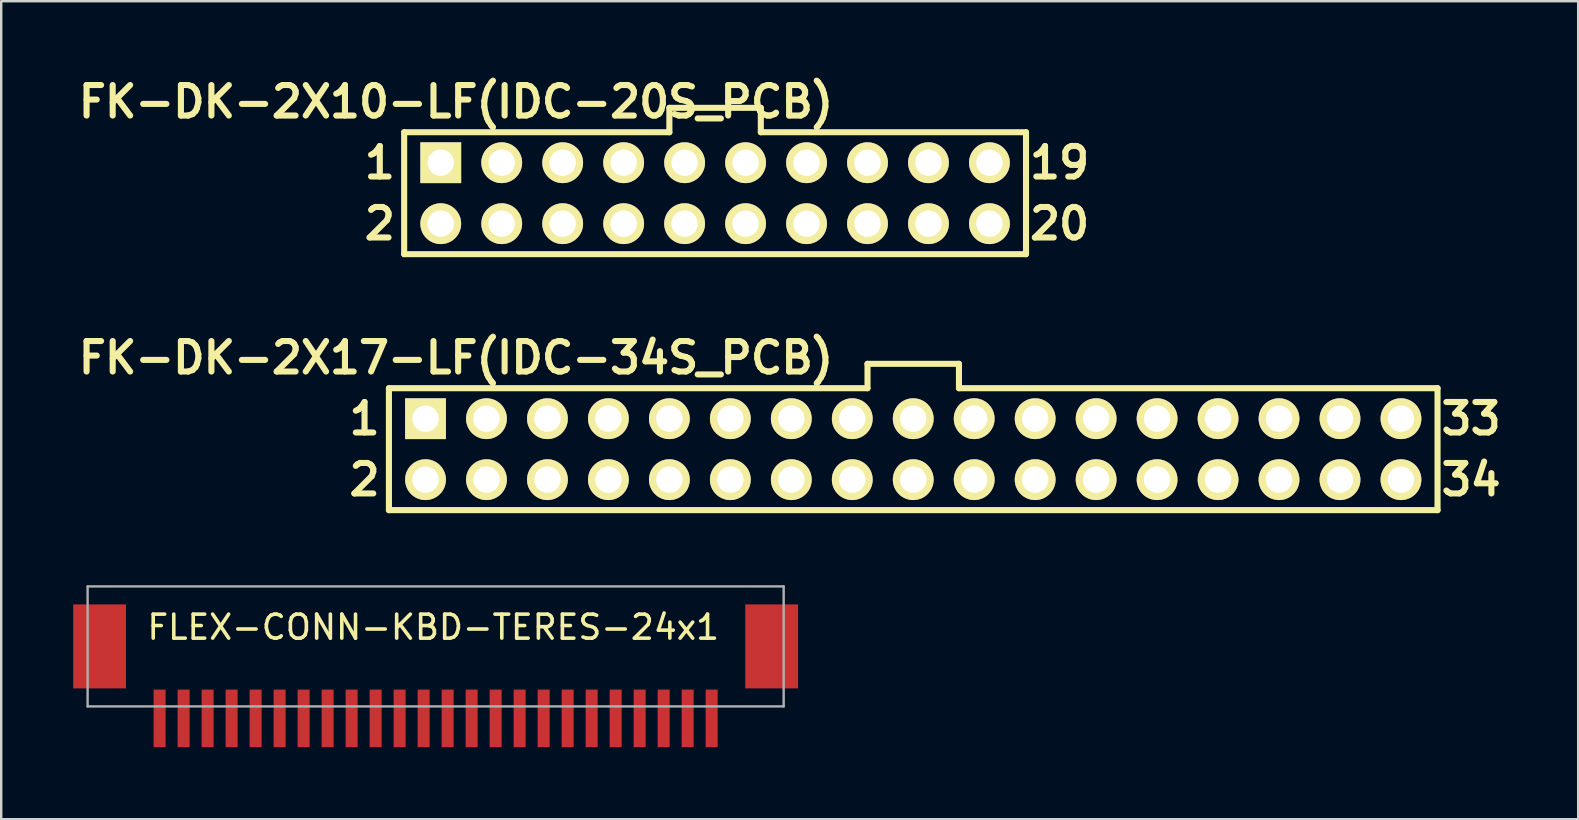
<source format=kicad_pcb>
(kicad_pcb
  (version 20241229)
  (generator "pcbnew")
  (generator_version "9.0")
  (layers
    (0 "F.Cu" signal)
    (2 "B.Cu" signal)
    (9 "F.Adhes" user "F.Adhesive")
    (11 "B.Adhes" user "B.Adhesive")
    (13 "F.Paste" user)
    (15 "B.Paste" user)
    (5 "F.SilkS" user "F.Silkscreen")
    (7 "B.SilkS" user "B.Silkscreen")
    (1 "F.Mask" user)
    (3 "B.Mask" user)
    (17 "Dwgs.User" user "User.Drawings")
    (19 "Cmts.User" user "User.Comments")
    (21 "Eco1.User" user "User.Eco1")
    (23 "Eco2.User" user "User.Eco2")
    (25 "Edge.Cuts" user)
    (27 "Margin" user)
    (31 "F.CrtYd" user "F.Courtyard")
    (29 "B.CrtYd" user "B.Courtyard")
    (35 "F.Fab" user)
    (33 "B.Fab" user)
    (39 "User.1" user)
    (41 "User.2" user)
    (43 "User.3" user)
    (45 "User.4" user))
  (footprint "FLEX-CONN-KBD-TERES-24x1"
    (layer "F.Cu")
    (at 15.1 23.631)
    (property "Reference" "FLEX-CONN-KBD-TERES-24x1" (at -0.1 -0.55 0) (layer "F.SilkS") (effects (font (size 1 1) (thickness 0.15))))
    (attr through_hole)
    (fp_line (start -14.5 -2.25) (end 14.5 -2.25) (stroke (width 0.1) (type solid)) (layer "F.Fab"))
    (fp_line (start -14.5 2.75) (end -14.5 -2.25) (stroke (width 0.1) (type solid)) (layer "F.Fab"))
    (fp_line (start 14.5 -2.25) (end 14.5 2.75) (stroke (width 0.1) (type solid)) (layer "F.Fab"))
    (fp_line (start 14.5 2.75) (end -14.5 2.75) (stroke (width 0.1) (type solid)) (layer "F.Fab"))
    (pad "0" smd rect (at -14 0.25) (size 2.2 3.5) (layers "F.Cu" "F.Mask" "F.Paste"))
    (pad "0" smd rect (at 14 0.25) (size 2.2 3.5) (layers "F.Cu" "F.Mask" "F.Paste"))
    (pad "1" smd rect (at -11.5 3.25) (size 0.5 2.4) (layers "F.Cu" "F.Mask" "F.Paste"))
    (pad "2" smd rect (at -10.5 3.25) (size 0.5 2.4) (layers "F.Cu" "F.Mask" "F.Paste"))
    (pad "3" smd rect (at -9.5 3.25) (size 0.5 2.4) (layers "F.Cu" "F.Mask" "F.Paste"))
    (pad "4" smd rect (at -8.5 3.25) (size 0.5 2.4) (layers "F.Cu" "F.Mask" "F.Paste"))
    (pad "5" smd rect (at -7.5 3.25) (size 0.5 2.4) (layers "F.Cu" "F.Mask" "F.Paste"))
    (pad "6" smd rect (at -6.5 3.25) (size 0.5 2.4) (layers "F.Cu" "F.Mask" "F.Paste"))
    (pad "7" smd rect (at -5.5 3.25) (size 0.5 2.4) (layers "F.Cu" "F.Mask" "F.Paste"))
    (pad "8" smd rect (at -4.5 3.25) (size 0.5 2.4) (layers "F.Cu" "F.Mask" "F.Paste"))
    (pad "9" smd rect (at -3.5 3.25) (size 0.5 2.4) (layers "F.Cu" "F.Mask" "F.Paste"))
    (pad "10" smd rect (at -2.5 3.25) (size 0.5 2.4) (layers "F.Cu" "F.Mask" "F.Paste"))
    (pad "11" smd rect (at -1.5 3.25) (size 0.5 2.4) (layers "F.Cu" "F.Mask" "F.Paste"))
    (pad "12" smd rect (at -0.5 3.25) (size 0.5 2.4) (layers "F.Cu" "F.Mask" "F.Paste"))
    (pad "13" smd rect (at 0.5 3.25) (size 0.5 2.4) (layers "F.Cu" "F.Mask" "F.Paste"))
    (pad "14" smd rect (at 1.5 3.25) (size 0.5 2.4) (layers "F.Cu" "F.Mask" "F.Paste"))
    (pad "15" smd rect (at 2.5 3.25) (size 0.5 2.4) (layers "F.Cu" "F.Mask" "F.Paste"))
    (pad "16" smd rect (at 3.5 3.25) (size 0.5 2.4) (layers "F.Cu" "F.Mask" "F.Paste"))
    (pad "17" smd rect (at 4.5 3.25) (size 0.5 2.4) (layers "F.Cu" "F.Mask" "F.Paste"))
    (pad "18" smd rect (at 5.5 3.25) (size 0.5 2.4) (layers "F.Cu" "F.Mask" "F.Paste"))
    (pad "19" smd rect (at 6.5 3.25) (size 0.5 2.4) (layers "F.Cu" "F.Mask" "F.Paste"))
    (pad "20" smd rect (at 7.5 3.25) (size 0.5 2.4) (layers "F.Cu" "F.Mask" "F.Paste"))
    (pad "21" smd rect (at 8.5 3.25) (size 0.5 2.4) (layers "F.Cu" "F.Mask" "F.Paste"))
    (pad "22" smd rect (at 9.5 3.25) (size 0.5 2.4) (layers "F.Cu" "F.Mask" "F.Paste"))
    (pad "23" smd rect (at 10.5 3.25) (size 0.5 2.4) (layers "F.Cu" "F.Mask" "F.Paste"))
    (pad "24" smd rect (at 11.5 3.25) (size 0.5 2.4) (layers "F.Cu" "F.Mask" "F.Paste")))
  (footprint "FK-DK-2X10-LF(IDC-20S_PCB)"
    (layer "F.Cu")
    (at 26.743 4.999)
    (property "Reference" "FK-DK-2X10-LF(IDC-20S_PCB)" (at -10.795 -3.81 0) (layer "F.SilkS") (effects (font (size 1.27 1.27) (thickness 0.254))))
    (attr smd)
    (fp_line (start -12.954 -2.54) (end -12.954 2.54) (stroke (width 0.254) (type solid)) (layer "F.SilkS"))
    (fp_line (start -12.954 -2.54) (end -1.905 -2.54) (stroke (width 0.254) (type solid)) (layer "F.SilkS"))
    (fp_line (start -12.954 2.54) (end 12.954 2.54) (stroke (width 0.254) (type solid)) (layer "F.SilkS"))
    (fp_line (start -1.905 -3.556) (end 1.905 -3.556) (stroke (width 0.254) (type solid)) (layer "F.SilkS"))
    (fp_line (start -1.905 -2.54) (end -1.905 -3.556) (stroke (width 0.254) (type solid)) (layer "F.SilkS"))
    (fp_line (start 1.905 -3.556) (end 1.905 -2.54) (stroke (width 0.254) (type solid)) (layer "F.SilkS"))
    (fp_line (start 1.905 -2.54) (end 12.954 -2.54) (stroke (width 0.254) (type solid)) (layer "F.SilkS"))
    (fp_line (start 12.954 -2.54) (end 12.954 2.54) (stroke (width 0.254) (type solid)) (layer "F.SilkS"))
    (fp_text user "2" (at -13.97 1.27 0) (layer "F.SilkS") (effects (font (size 1.27 1.27) (thickness 0.254))))
    (fp_text user "19" (at 14.351 -1.27 0) (layer "F.SilkS") (effects (font (size 1.27 1.27) (thickness 0.254))))
    (fp_text user "20" (at 14.351 1.27 0) (layer "F.SilkS") (effects (font (size 1.27 1.27) (thickness 0.254))))
    (fp_text user "1" (at -13.97 -1.27 0) (layer "F.SilkS") (effects (font (size 1.27 1.27) (thickness 0.254))))
    (pad "1" thru_hole rect (at -11.43 -1.27) (size 1.7 1.7) (drill 1.1) (layers "*.Cu" "*.Mask" "F.SilkS"))
    (pad "2" thru_hole circle (at -11.43 1.27) (size 1.7 1.7) (drill 1.1) (layers "*.Cu" "*.Mask" "F.SilkS"))
    (pad "3" thru_hole circle (at -8.89 -1.27) (size 1.7 1.7) (drill 1.1) (layers "*.Cu" "*.Mask" "F.SilkS"))
    (pad "4" thru_hole circle (at -8.89 1.27) (size 1.7 1.7) (drill 1.1) (layers "*.Cu" "*.Mask" "F.SilkS"))
    (pad "5" thru_hole circle (at -6.35 -1.27) (size 1.7 1.7) (drill 1.1) (layers "*.Cu" "*.Mask" "F.SilkS"))
    (pad "6" thru_hole circle (at -6.35 1.27) (size 1.7 1.7) (drill 1.1) (layers "*.Cu" "*.Mask" "F.SilkS"))
    (pad "7" thru_hole circle (at -3.81 -1.27) (size 1.7 1.7) (drill 1.1) (layers "*.Cu" "*.Mask" "F.SilkS"))
    (pad "8" thru_hole circle (at -3.81 1.27) (size 1.7 1.7) (drill 1.1) (layers "*.Cu" "*.Mask" "F.SilkS"))
    (pad "9" thru_hole circle (at -1.27 -1.27) (size 1.7 1.7) (drill 1.1) (layers "*.Cu" "*.Mask" "F.SilkS"))
    (pad "10" thru_hole circle (at -1.27 1.27) (size 1.7 1.7) (drill 1.1) (layers "*.Cu" "*.Mask" "F.SilkS"))
    (pad "11" thru_hole circle (at 1.27 -1.27) (size 1.7 1.7) (drill 1.1) (layers "*.Cu" "*.Mask" "F.SilkS"))
    (pad "12" thru_hole circle (at 1.27 1.27) (size 1.7 1.7) (drill 1.1) (layers "*.Cu" "*.Mask" "F.SilkS"))
    (pad "13" thru_hole circle (at 3.81 -1.27) (size 1.7 1.7) (drill 1.1) (layers "*.Cu" "*.Mask" "F.SilkS"))
    (pad "14" thru_hole circle (at 3.81 1.27) (size 1.7 1.7) (drill 1.1) (layers "*.Cu" "*.Mask" "F.SilkS"))
    (pad "15" thru_hole circle (at 6.35 -1.27) (size 1.7 1.7) (drill 1.1) (layers "*.Cu" "*.Mask" "F.SilkS"))
    (pad "16" thru_hole circle (at 6.35 1.27) (size 1.7 1.7) (drill 1.1) (layers "*.Cu" "*.Mask" "F.SilkS"))
    (pad "17" thru_hole circle (at 8.89 -1.27) (size 1.7 1.7) (drill 1.1) (layers "*.Cu" "*.Mask" "F.SilkS"))
    (pad "18" thru_hole circle (at 8.89 1.27) (size 1.7 1.7) (drill 1.1) (layers "*.Cu" "*.Mask" "F.SilkS"))
    (pad "19" thru_hole circle (at 11.43 -1.27) (size 1.7 1.7) (drill 1.1) (layers "*.Cu" "*.Mask" "F.SilkS"))
    (pad "20" thru_hole circle (at 11.43 1.27) (size 1.7 1.7) (drill 1.1) (layers "*.Cu" "*.Mask" "F.SilkS")))
  (footprint "FK-DK-2X17-LF(IDC-34S_PCB)"
    (layer "F.Cu")
    (at 34.998 15.664)
    (property "Reference" "FK-DK-2X17-LF(IDC-34S_PCB)" (at -19.05 -3.81 0) (layer "F.SilkS") (effects (font (size 1.27 1.27) (thickness 0.254))))
    (attr smd)
    (fp_line (start -21.844 -2.54) (end -21.844 2.54) (stroke (width 0.254) (type solid)) (layer "F.SilkS"))
    (fp_line (start -21.844 -2.54) (end -1.905 -2.54) (stroke (width 0.254) (type solid)) (layer "F.SilkS"))
    (fp_line (start -21.844 2.54) (end 21.844 2.54) (stroke (width 0.254) (type solid)) (layer "F.SilkS"))
    (fp_line (start -1.905 -3.556) (end 1.905 -3.556) (stroke (width 0.254) (type solid)) (layer "F.SilkS"))
    (fp_line (start -1.905 -2.54) (end -1.905 -3.556) (stroke (width 0.254) (type solid)) (layer "F.SilkS"))
    (fp_line (start 1.905 -3.556) (end 1.905 -2.54) (stroke (width 0.254) (type solid)) (layer "F.SilkS"))
    (fp_line (start 1.905 -2.54) (end 21.844 -2.54) (stroke (width 0.254) (type solid)) (layer "F.SilkS"))
    (fp_line (start 21.844 -2.54) (end 21.844 2.54) (stroke (width 0.254) (type solid)) (layer "F.SilkS"))
    (fp_text user "2" (at -22.86 1.27 0) (layer "F.SilkS") (effects (font (size 1.27 1.27) (thickness 0.254))))
    (fp_text user "34" (at 23.241 1.27 0) (layer "F.SilkS") (effects (font (size 1.27 1.27) (thickness 0.254))))
    (fp_text user "33" (at 23.241 -1.27 0) (layer "F.SilkS") (effects (font (size 1.27 1.27) (thickness 0.254))))
    (fp_text user "1" (at -22.86 -1.27 0) (layer "F.SilkS") (effects (font (size 1.27 1.27) (thickness 0.254))))
    (pad "1" thru_hole rect (at -20.32 -1.27) (size 1.7 1.7) (drill 1.1) (layers "*.Cu" "*.Mask" "F.SilkS"))
    (pad "2" thru_hole circle (at -20.32 1.27) (size 1.7 1.7) (drill 1.1) (layers "*.Cu" "*.Mask" "F.SilkS"))
    (pad "3" thru_hole circle (at -17.78 -1.27) (size 1.7 1.7) (drill 1.1) (layers "*.Cu" "*.Mask" "F.SilkS"))
    (pad "4" thru_hole circle (at -17.78 1.27) (size 1.7 1.7) (drill 1.1) (layers "*.Cu" "*.Mask" "F.SilkS"))
    (pad "5" thru_hole circle (at -15.24 -1.27) (size 1.7 1.7) (drill 1.1) (layers "*.Cu" "*.Mask" "F.SilkS"))
    (pad "6" thru_hole circle (at -15.24 1.27) (size 1.7 1.7) (drill 1.1) (layers "*.Cu" "*.Mask" "F.SilkS"))
    (pad "7" thru_hole circle (at -12.7 -1.27) (size 1.7 1.7) (drill 1.1) (layers "*.Cu" "*.Mask" "F.SilkS"))
    (pad "8" thru_hole circle (at -12.7 1.27) (size 1.7 1.7) (drill 1.1) (layers "*.Cu" "*.Mask" "F.SilkS"))
    (pad "9" thru_hole circle (at -10.16 -1.27) (size 1.7 1.7) (drill 1.1) (layers "*.Cu" "*.Mask" "F.SilkS"))
    (pad "10" thru_hole circle (at -10.16 1.27) (size 1.7 1.7) (drill 1.1) (layers "*.Cu" "*.Mask" "F.SilkS"))
    (pad "11" thru_hole circle (at -7.62 -1.27) (size 1.7 1.7) (drill 1.1) (layers "*.Cu" "*.Mask" "F.SilkS"))
    (pad "12" thru_hole circle (at -7.62 1.27) (size 1.7 1.7) (drill 1.1) (layers "*.Cu" "*.Mask" "F.SilkS"))
    (pad "13" thru_hole circle (at -5.08 -1.27) (size 1.7 1.7) (drill 1.1) (layers "*.Cu" "*.Mask" "F.SilkS"))
    (pad "14" thru_hole circle (at -5.08 1.27) (size 1.7 1.7) (drill 1.1) (layers "*.Cu" "*.Mask" "F.SilkS"))
    (pad "15" thru_hole circle (at -2.54 -1.27) (size 1.7 1.7) (drill 1.1) (layers "*.Cu" "*.Mask" "F.SilkS"))
    (pad "16" thru_hole circle (at -2.54 1.27) (size 1.7 1.7) (drill 1.1) (layers "*.Cu" "*.Mask" "F.SilkS"))
    (pad "17" thru_hole circle (at 0 -1.27) (size 1.7 1.7) (drill 1.1) (layers "*.Cu" "*.Mask" "F.SilkS"))
    (pad "18" thru_hole circle (at 0 1.27) (size 1.7 1.7) (drill 1.1) (layers "*.Cu" "*.Mask" "F.SilkS"))
    (pad "19" thru_hole circle (at 2.54 -1.27) (size 1.7 1.7) (drill 1.1) (layers "*.Cu" "*.Mask" "F.SilkS"))
    (pad "20" thru_hole circle (at 2.54 1.27) (size 1.7 1.7) (drill 1.1) (layers "*.Cu" "*.Mask" "F.SilkS"))
    (pad "21" thru_hole circle (at 5.08 -1.27) (size 1.7 1.7) (drill 1.1) (layers "*.Cu" "*.Mask" "F.SilkS"))
    (pad "22" thru_hole circle (at 5.08 1.27) (size 1.7 1.7) (drill 1.1) (layers "*.Cu" "*.Mask" "F.SilkS"))
    (pad "23" thru_hole circle (at 7.62 -1.27) (size 1.7 1.7) (drill 1.1) (layers "*.Cu" "*.Mask" "F.SilkS"))
    (pad "24" thru_hole circle (at 7.62 1.27) (size 1.7 1.7) (drill 1.1) (layers "*.Cu" "*.Mask" "F.SilkS"))
    (pad "25" thru_hole circle (at 10.16 -1.27) (size 1.7 1.7) (drill 1.1) (layers "*.Cu" "*.Mask" "F.SilkS"))
    (pad "26" thru_hole circle (at 10.16 1.27) (size 1.7 1.7) (drill 1.1) (layers "*.Cu" "*.Mask" "F.SilkS"))
    (pad "27" thru_hole circle (at 12.7 -1.27) (size 1.7 1.7) (drill 1.1) (layers "*.Cu" "*.Mask" "F.SilkS"))
    (pad "28" thru_hole circle (at 12.7 1.27) (size 1.7 1.7) (drill 1.1) (layers "*.Cu" "*.Mask" "F.SilkS"))
    (pad "29" thru_hole circle (at 15.24 -1.27) (size 1.7 1.7) (drill 1.1) (layers "*.Cu" "*.Mask" "F.SilkS"))
    (pad "30" thru_hole circle (at 15.24 1.27) (size 1.7 1.7) (drill 1.1) (layers "*.Cu" "*.Mask" "F.SilkS"))
    (pad "31" thru_hole circle (at 17.78 -1.27) (size 1.7 1.7) (drill 1.1) (layers "*.Cu" "*.Mask" "F.SilkS"))
    (pad "32" thru_hole circle (at 17.78 1.27) (size 1.7 1.7) (drill 1.1) (layers "*.Cu" "*.Mask" "F.SilkS"))
    (pad "33" thru_hole circle (at 20.32 -1.27) (size 1.7 1.7) (drill 1.1) (layers "*.Cu" "*.Mask" "F.SilkS"))
    (pad "34" thru_hole circle (at 20.32 1.27) (size 1.7 1.7) (drill 1.1) (layers "*.Cu" "*.Mask" "F.SilkS")))
  (gr_rect
    (start -3 -3)
    (end 62.702 31.081)
    (stroke (width 0.1) (type default))
    (fill no)
    (layer "Edge.Cuts")))
</source>
